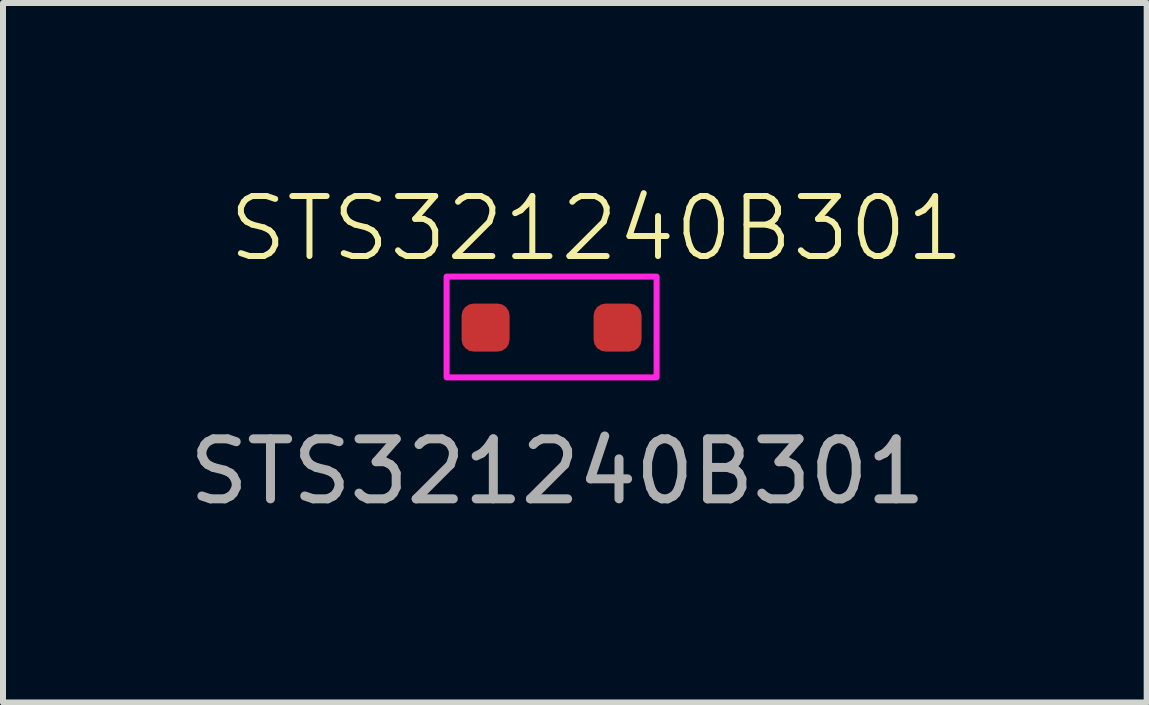
<source format=kicad_pcb>
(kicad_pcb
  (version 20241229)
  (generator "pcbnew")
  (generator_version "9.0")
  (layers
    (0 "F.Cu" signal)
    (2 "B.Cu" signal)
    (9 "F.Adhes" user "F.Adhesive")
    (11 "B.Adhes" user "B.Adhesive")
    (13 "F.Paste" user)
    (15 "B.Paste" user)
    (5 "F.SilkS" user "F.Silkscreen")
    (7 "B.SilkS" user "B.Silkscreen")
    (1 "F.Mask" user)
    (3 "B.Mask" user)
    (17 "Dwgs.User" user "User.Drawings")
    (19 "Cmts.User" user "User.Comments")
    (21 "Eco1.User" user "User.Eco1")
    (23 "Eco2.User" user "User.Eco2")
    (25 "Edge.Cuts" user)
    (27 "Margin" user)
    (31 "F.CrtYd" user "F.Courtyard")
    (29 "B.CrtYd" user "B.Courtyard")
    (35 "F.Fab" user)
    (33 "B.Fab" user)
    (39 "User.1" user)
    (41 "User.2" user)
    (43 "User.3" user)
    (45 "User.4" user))
  (footprint "STS321240B301"
    (layer "F.Cu")
    (at 6.144 2.41)
    (property "Reference" "STS321240B301" (at 0.75 -1.65 0) (unlocked yes) (layer "F.SilkS") (effects (font (size 1 1) (thickness 0.1))))
    (attr smd)
    (fp_rect (start -1.75 -0.85) (end 1.75 0.83) (stroke (width 0.1) (type default)) (fill no) (layer "F.CrtYd"))
    (fp_text user "${REFERENCE}" (at 0.1 2.4 0) (unlocked yes) (layer "F.Fab") (effects (font (size 1 1) (thickness 0.15))))
    (pad "1" smd roundrect (at -1.1 0) (size 0.8 0.8) (layers "F.Cu" "F.Mask" "F.Paste") (roundrect_rratio 0.25))
    (pad "2" smd roundrect (at 1.1 0) (size 0.8 0.8) (layers "F.Cu" "F.Mask" "F.Paste") (roundrect_rratio 0.25)))
  (gr_rect
    (start -3 -3)
    (end 16.063 8.659)
    (stroke (width 0.1) (type default))
    (fill no)
    (layer "Edge.Cuts")))
</source>
